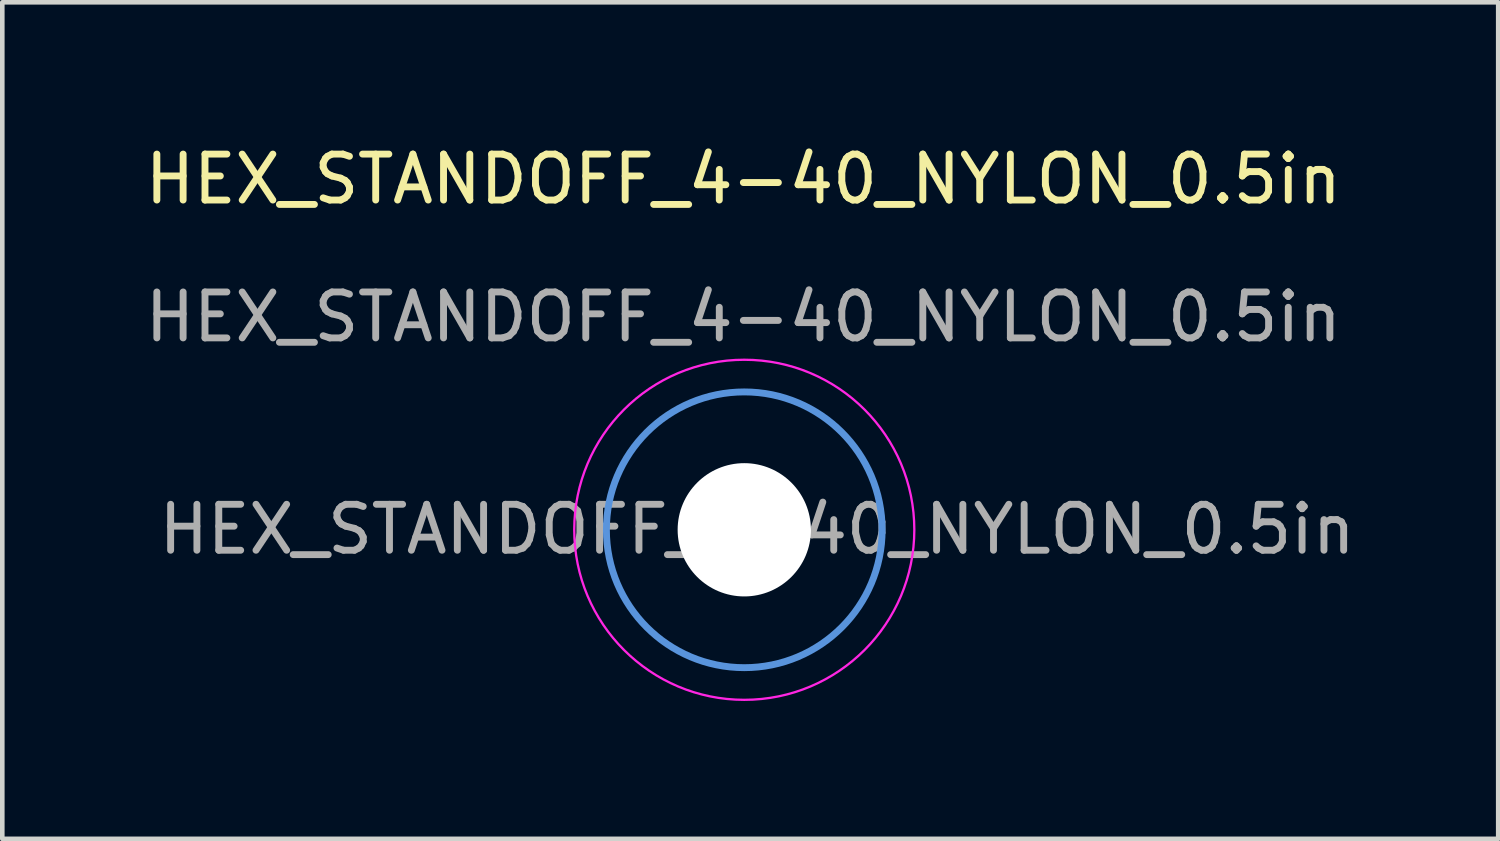
<source format=kicad_pcb>
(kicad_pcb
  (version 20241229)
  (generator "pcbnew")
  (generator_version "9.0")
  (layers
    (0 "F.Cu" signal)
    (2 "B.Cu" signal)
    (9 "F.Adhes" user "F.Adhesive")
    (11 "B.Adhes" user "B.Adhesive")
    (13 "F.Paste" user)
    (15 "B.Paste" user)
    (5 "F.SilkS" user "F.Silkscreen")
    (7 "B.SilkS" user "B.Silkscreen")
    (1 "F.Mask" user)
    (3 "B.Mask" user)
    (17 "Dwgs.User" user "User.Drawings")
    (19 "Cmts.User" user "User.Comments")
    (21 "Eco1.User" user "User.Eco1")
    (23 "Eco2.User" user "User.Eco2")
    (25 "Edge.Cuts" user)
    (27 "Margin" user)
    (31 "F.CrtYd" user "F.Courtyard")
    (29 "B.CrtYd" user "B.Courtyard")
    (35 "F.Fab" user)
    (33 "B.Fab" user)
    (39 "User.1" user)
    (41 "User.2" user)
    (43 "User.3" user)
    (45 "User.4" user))
  (footprint "HEX_STANDOFF_4-40_NYLON_0.5in"
    (layer "F.Cu")
    (at 13.145 8.478)
    (property "Reference" "HEX_STANDOFF_4-40_NYLON_0.5in" (at -0.02 -7.63 0) (unlocked yes) (layer "F.SilkS") (effects (font (size 1 1) (thickness 0.15))))
    (fp_circle (center 0 0) (end 3 0) (stroke (width 0.15) (type solid)) (fill no) (layer "Cmts.User"))
    (fp_circle (center 0 0) (end 3.7 0) (stroke (width 0.05) (type solid)) (fill no) (layer "F.CrtYd"))
    (fp_text user "${REFERENCE}" (at 0.28 -0.01 0) (layer "F.Fab") (effects (font (size 1 1) (thickness 0.15))))
    (fp_text user "${REFERENCE}" (at -0.02 -4.63 0) (unlocked yes) (layer "F.Fab") (effects (font (size 1 1) (thickness 0.15))))
    (pad "" np_thru_hole circle (at 0 0) (size 2.9 2.9) (drill 2.9) (layers "*.Cu" "*.Mask")))
  (gr_rect
    (start -3 -3)
    (end 29.55 15.203)
    (stroke (width 0.1) (type default))
    (fill no)
    (layer "Edge.Cuts")))
</source>
